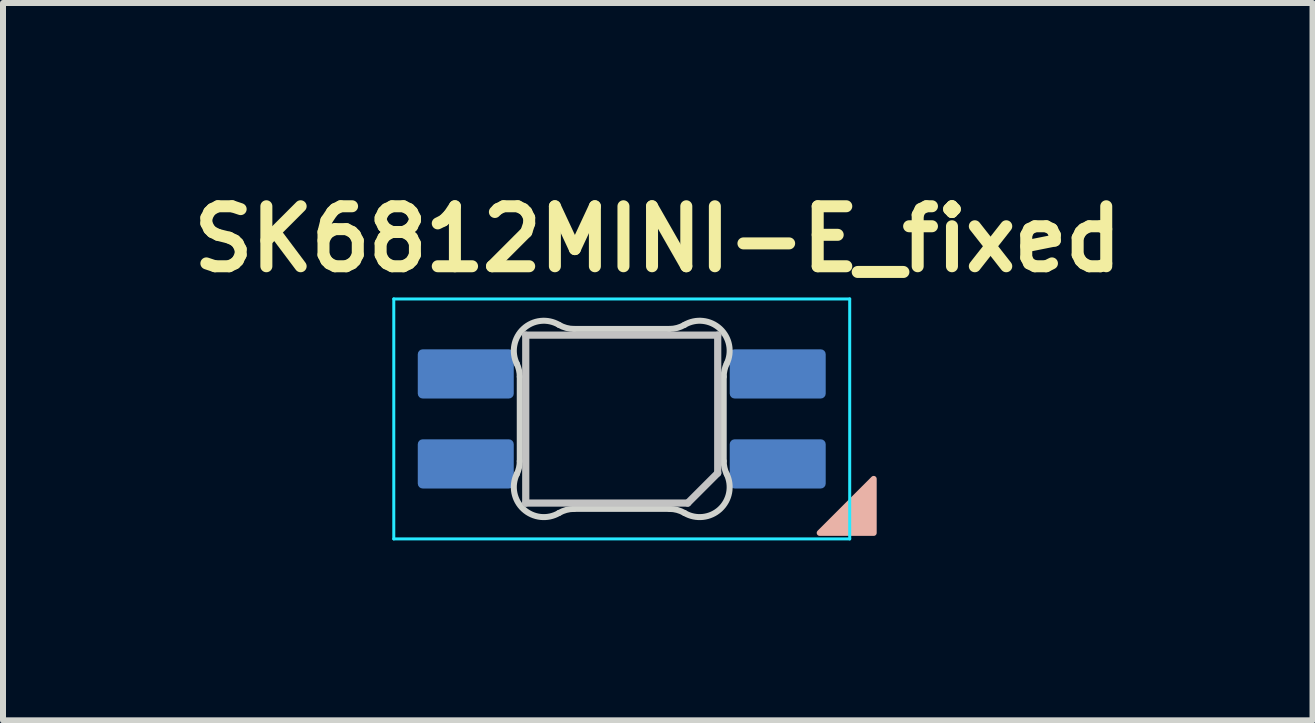
<source format=kicad_pcb>
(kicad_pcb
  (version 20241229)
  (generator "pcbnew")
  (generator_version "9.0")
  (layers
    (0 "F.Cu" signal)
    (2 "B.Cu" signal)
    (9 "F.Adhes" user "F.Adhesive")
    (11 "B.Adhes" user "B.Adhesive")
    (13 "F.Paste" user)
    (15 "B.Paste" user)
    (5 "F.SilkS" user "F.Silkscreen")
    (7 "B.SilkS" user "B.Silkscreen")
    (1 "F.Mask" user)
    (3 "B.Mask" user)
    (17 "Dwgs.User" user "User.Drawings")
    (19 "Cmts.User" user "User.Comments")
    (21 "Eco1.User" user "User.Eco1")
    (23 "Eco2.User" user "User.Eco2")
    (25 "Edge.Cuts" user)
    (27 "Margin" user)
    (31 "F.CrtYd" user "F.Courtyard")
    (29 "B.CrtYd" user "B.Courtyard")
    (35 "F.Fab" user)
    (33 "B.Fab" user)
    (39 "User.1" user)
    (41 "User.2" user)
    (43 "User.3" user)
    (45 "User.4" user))
  (footprint "SK6812MINI-E_fixed"
    (layer "F.Cu")
    (at 7.314 4.036)
    (property "Reference" "SK6812MINI-E_fixed" (at 0.6 -3.1 0) (layer "F.SilkS") (effects (font (size 1 1) (thickness 0.2) (bold yes))))
    (attr through_hole)
    (fp_poly (pts (xy 4.2 0.897) (xy 3.3 1.797) (xy 4.2 1.797)) (stroke (width 0.1) (type solid)) (fill yes) (layer "B.SilkS"))
    (fp_line (start -1.6 -1.5) (end -1.6 1.3) (stroke (width 0.12) (type solid)) (layer "Dwgs.User"))
    (fp_line (start -1.6 1.3) (end 1.1 1.3) (stroke (width 0.12) (type solid)) (layer "Dwgs.User"))
    (fp_line (start 1.6 -1.5) (end -1.6 -1.5) (stroke (width 0.12) (type solid)) (layer "Dwgs.User"))
    (fp_line (start 1.6 0.8) (end 1.1 1.3) (stroke (width 0.12) (type solid)) (layer "Dwgs.User"))
    (fp_line (start 1.6 0.8) (end 1.6 -1.5) (stroke (width 0.12) (type solid)) (layer "Dwgs.User"))
    (fp_line (start -1.7 0.6) (end -1.7 -0.806) (stroke (width 0.1) (type solid)) (layer "Edge.Cuts"))
    (fp_line (start -0.794 -1.603) (end 0.794 -1.603) (stroke (width 0.1) (type solid)) (layer "Edge.Cuts"))
    (fp_line (start 0.794 1.397) (end -0.794 1.397) (stroke (width 0.1) (type solid)) (layer "Edge.Cuts"))
    (fp_line (start 1.7 -0.806) (end 1.7 0.6) (stroke (width 0.1) (type solid)) (layer "Edge.Cuts"))
    (fp_arc (start -1.749483 -1.022562) (mid -1.712526 -0.91691) (end -1.699998 -0.805684) (stroke (width 0.1) (type solid)) (layer "Edge.Cuts"))
    (fp_arc (start -1.749483 -1.022562) (mid -1.63807 -1.606877) (end -1.04671 -1.671141) (stroke (width 0.1) (type solid)) (layer "Edge.Cuts"))
    (fp_arc (start -1.699998 0.600001) (mid -1.712526 0.711226) (end -1.749483 0.816878) (stroke (width 0.1) (type solid)) (layer "Edge.Cuts"))
    (fp_arc (start -1.04671 1.465455) (mid -1.638069 1.401192) (end -1.749483 0.816878) (stroke (width 0.1) (type solid)) (layer "Edge.Cuts"))
    (fp_arc (start -1.046709 1.465457) (mid -0.925121 1.414535) (end -0.794451 1.397158) (stroke (width 0.1) (type solid)) (layer "Edge.Cuts"))
    (fp_arc (start -0.794452 -1.602842) (mid -0.925122 -1.620219) (end -1.04671 -1.671141) (stroke (width 0.1) (type solid)) (layer "Edge.Cuts"))
    (fp_arc (start 0.794453 1.397158) (mid 0.925124 1.414535) (end 1.046712 1.465457) (stroke (width 0.1) (type solid)) (layer "Edge.Cuts"))
    (fp_arc (start 1.046712 -1.67114) (mid 0.925124 -1.620218) (end 0.794454 -1.602841) (stroke (width 0.1) (type solid)) (layer "Edge.Cuts"))
    (fp_arc (start 1.046712 -1.67114) (mid 1.638072 -1.606876) (end 1.749485 -1.022562) (stroke (width 0.1) (type solid)) (layer "Edge.Cuts"))
    (fp_arc (start 1.7 -0.805685) (mid 1.712528 -0.91691) (end 1.749485 -1.022562) (stroke (width 0.1) (type solid)) (layer "Edge.Cuts"))
    (fp_arc (start 1.749485 0.816877) (mid 1.638073 1.401193) (end 1.046712 1.465457) (stroke (width 0.1) (type solid)) (layer "Edge.Cuts"))
    (fp_arc (start 1.749485 0.816878) (mid 1.712528 0.711226) (end 1.7 0.6) (stroke (width 0.1) (type solid)) (layer "Edge.Cuts"))
    (fp_line (start -3.8 -2.103) (end -3.8 1.897) (stroke (width 0.05) (type solid)) (layer "B.CrtYd"))
    (fp_line (start -3.8 1.897) (end 3.8 1.897) (stroke (width 0.05) (type solid)) (layer "B.CrtYd"))
    (fp_line (start 3.8 -2.103) (end -3.8 -2.103) (stroke (width 0.05) (type solid)) (layer "B.CrtYd"))
    (fp_line (start 3.8 1.897) (end 3.8 -2.103) (stroke (width 0.05) (type solid)) (layer "B.CrtYd"))
    (pad "1" smd roundrect (at -2.6 -0.853 270) (size 0.82 1.6) (layers "B.Cu" "B.Mask" "B.Paste") (roundrect_rratio 0.1))
    (pad "2" smd roundrect (at -2.6 0.647 270) (size 0.82 1.6) (layers "B.Cu" "B.Mask" "B.Paste") (roundrect_rratio 0.1))
    (pad "3" smd roundrect (at 2.6 0.647 270) (size 0.82 1.6) (layers "B.Cu" "B.Mask" "B.Paste") (roundrect_rratio 0.1))
    (pad "4" smd roundrect (at 2.6 -0.853 270) (size 0.82 1.6) (layers "B.Cu" "B.Mask" "B.Paste") (roundrect_rratio 0.1)))
  (gr_rect
    (start -3 -3)
    (end 18.829 8.958)
    (stroke (width 0.1) (type default))
    (fill no)
    (layer "Edge.Cuts")))
</source>
